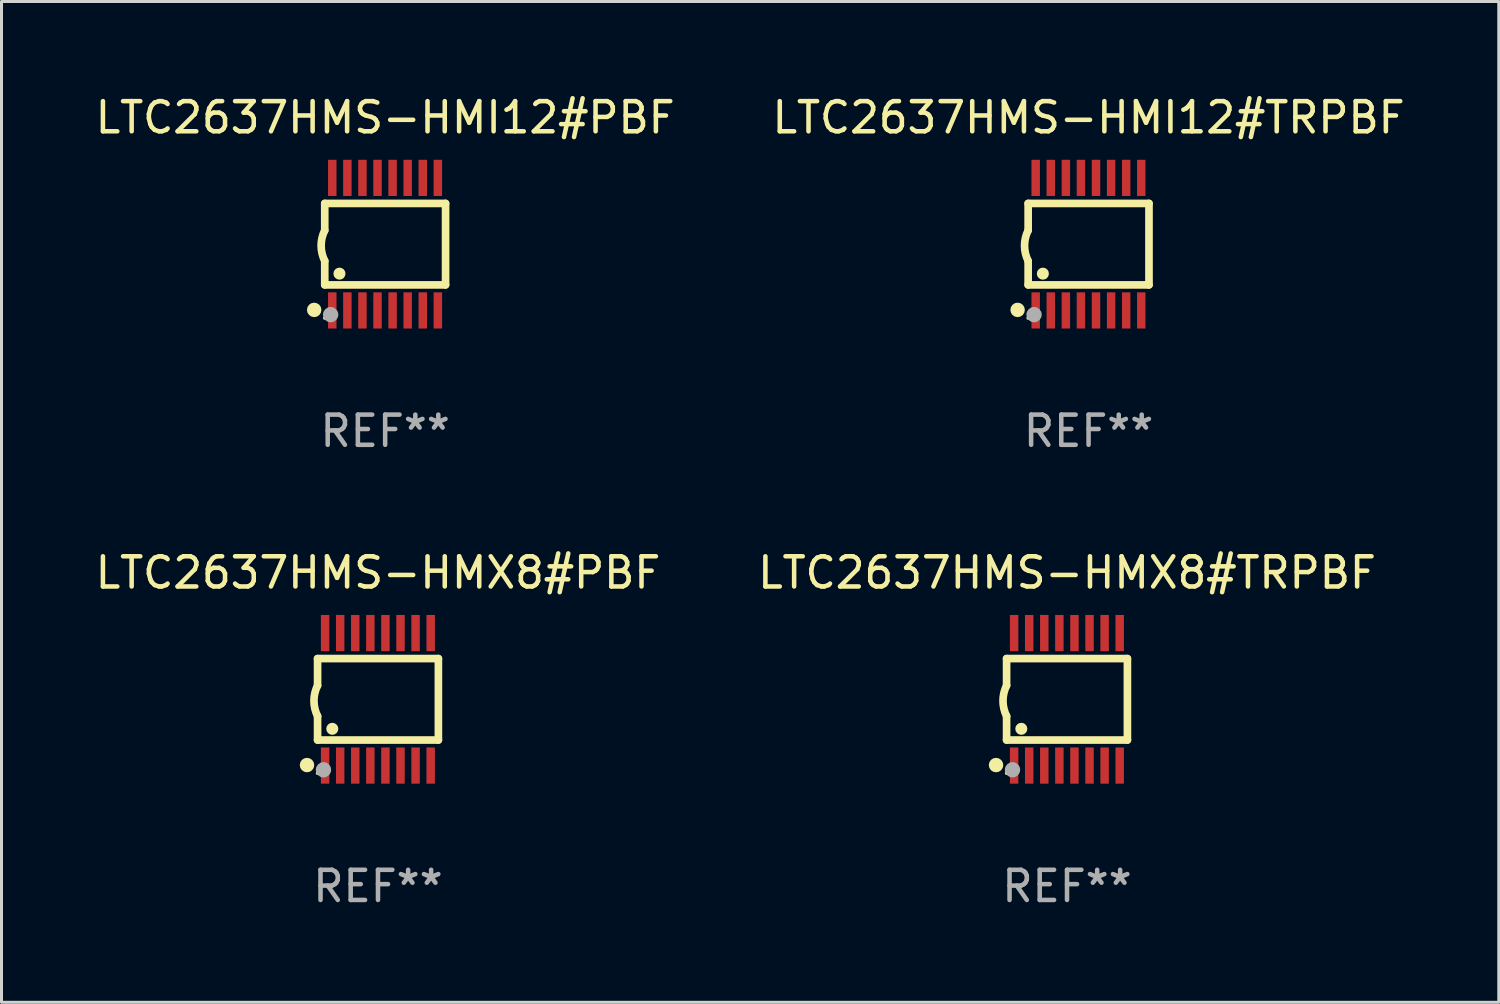
<source format=kicad_pcb>
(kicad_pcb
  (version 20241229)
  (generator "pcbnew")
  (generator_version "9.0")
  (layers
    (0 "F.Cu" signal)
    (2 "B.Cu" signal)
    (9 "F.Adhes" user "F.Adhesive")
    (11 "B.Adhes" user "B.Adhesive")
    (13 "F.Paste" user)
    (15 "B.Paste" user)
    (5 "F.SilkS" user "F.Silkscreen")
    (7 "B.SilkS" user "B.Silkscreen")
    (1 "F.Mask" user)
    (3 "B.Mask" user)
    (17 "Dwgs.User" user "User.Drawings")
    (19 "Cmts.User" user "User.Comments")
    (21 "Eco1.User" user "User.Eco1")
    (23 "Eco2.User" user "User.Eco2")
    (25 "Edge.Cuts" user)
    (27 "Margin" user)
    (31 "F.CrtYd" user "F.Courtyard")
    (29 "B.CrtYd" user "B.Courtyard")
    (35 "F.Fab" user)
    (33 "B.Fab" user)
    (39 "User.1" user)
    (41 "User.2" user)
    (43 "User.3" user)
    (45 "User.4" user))
  (footprint "LTC2637HMS-HMI12#PBF"
    (layer "F.Cu")
    (at 9.72 5.045)
    (property "Reference" "LTC2637HMS-HMI12#PBF" (at 0 -4.197 0) (layer "F.SilkS") (effects (font (size 1 1) (thickness 0.15))))
    (attr through_hole)
    (fp_line (start -2.003 -1.35) (end -2.003 -0.457) (stroke (width 0.254) (type solid)) (layer "F.SilkS"))
    (fp_line (start -2.003 -1.35) (end 2.003 -1.35) (stroke (width 0.254) (type solid)) (layer "F.SilkS"))
    (fp_line (start -2.003 1.35) (end -2.003 0.559) (stroke (width 0.254) (type solid)) (layer "F.SilkS"))
    (fp_line (start -2.003 1.35) (end 2.003 1.35) (stroke (width 0.254) (type solid)) (layer "F.SilkS"))
    (fp_line (start 2.003 -1.35) (end 2.003 1.35) (stroke (width 0.254) (type solid)) (layer "F.SilkS"))
    (fp_arc (start -2.002286 0.558802) (mid -2.122556 0.05092) (end -2.003302 -0.457201) (stroke (width 0.254001) (type solid)) (layer "F.SilkS"))
    (fp_circle (center -2.353 2.18) (end -2.233 2.18) (stroke (width 0.24) (type solid)) (fill no) (layer "F.SilkS"))
    (fp_circle (center -2.003 2.45) (end -1.973 2.45) (stroke (width 0.06) (type solid)) (fill no) (layer "F.SilkS"))
    (fp_circle (center -1.515 0.978) (end -1.415 0.978) (stroke (width 0.2) (type solid)) (fill no) (layer "F.SilkS"))
    (fp_circle (center -1.807 2.337) (end -1.68 2.337) (stroke (width 0.254) (type solid)) (fill no) (layer "F.Fab"))
    (fp_text user "REF**" (at 0 6.197 0) (layer "F.Fab") (effects (font (size 1 1) (thickness 0.15))))
    (pad "1" smd rect (at -1.753 2.197 90) (size 1.2 0.28) (layers "F.Cu" "F.Mask" "F.Paste"))
    (pad "2" smd rect (at -1.253 2.197 90) (size 1.2 0.28) (layers "F.Cu" "F.Mask" "F.Paste"))
    (pad "3" smd rect (at -0.753 2.197 90) (size 1.2 0.28) (layers "F.Cu" "F.Mask" "F.Paste"))
    (pad "4" smd rect (at -0.253 2.197 90) (size 1.2 0.28) (layers "F.Cu" "F.Mask" "F.Paste"))
    (pad "5" smd rect (at 0.247 2.197 90) (size 1.2 0.28) (layers "F.Cu" "F.Mask" "F.Paste"))
    (pad "6" smd rect (at 0.747 2.197 90) (size 1.2 0.28) (layers "F.Cu" "F.Mask" "F.Paste"))
    (pad "7" smd rect (at 1.247 2.197 90) (size 1.2 0.28) (layers "F.Cu" "F.Mask" "F.Paste"))
    (pad "8" smd rect (at 1.747 2.197 90) (size 1.2 0.28) (layers "F.Cu" "F.Mask" "F.Paste"))
    (pad "9" smd rect (at 1.747 -2.197 90) (size 1.2 0.28) (layers "F.Cu" "F.Mask" "F.Paste"))
    (pad "10" smd rect (at 1.247 -2.197 90) (size 1.2 0.28) (layers "F.Cu" "F.Mask" "F.Paste"))
    (pad "11" smd rect (at 0.747 -2.197 90) (size 1.2 0.28) (layers "F.Cu" "F.Mask" "F.Paste"))
    (pad "12" smd rect (at 0.247 -2.197 90) (size 1.2 0.28) (layers "F.Cu" "F.Mask" "F.Paste"))
    (pad "13" smd rect (at -0.253 -2.197 90) (size 1.2 0.28) (layers "F.Cu" "F.Mask" "F.Paste"))
    (pad "14" smd rect (at -0.753 -2.197 90) (size 1.2 0.28) (layers "F.Cu" "F.Mask" "F.Paste"))
    (pad "15" smd rect (at -1.253 -2.197 90) (size 1.2 0.28) (layers "F.Cu" "F.Mask" "F.Paste"))
    (pad "16" smd rect (at -1.753 -2.197 90) (size 1.2 0.28) (layers "F.Cu" "F.Mask" "F.Paste")))
  (footprint "LTC2637HMS-HMX8#TRPBF"
    (layer "F.Cu")
    (at 32.327 20.136)
    (property "Reference" "LTC2637HMS-HMX8#TRPBF" (at 0 -4.197 0) (layer "F.SilkS") (effects (font (size 1 1) (thickness 0.15))))
    (attr through_hole)
    (fp_line (start -2.003 -1.35) (end -2.003 -0.457) (stroke (width 0.254) (type solid)) (layer "F.SilkS"))
    (fp_line (start -2.003 -1.35) (end 2.003 -1.35) (stroke (width 0.254) (type solid)) (layer "F.SilkS"))
    (fp_line (start -2.003 1.35) (end -2.003 0.559) (stroke (width 0.254) (type solid)) (layer "F.SilkS"))
    (fp_line (start -2.003 1.35) (end 2.003 1.35) (stroke (width 0.254) (type solid)) (layer "F.SilkS"))
    (fp_line (start 2.003 -1.35) (end 2.003 1.35) (stroke (width 0.254) (type solid)) (layer "F.SilkS"))
    (fp_arc (start -2.002286 0.558802) (mid -2.122556 0.05092) (end -2.003302 -0.457201) (stroke (width 0.254001) (type solid)) (layer "F.SilkS"))
    (fp_circle (center -2.353 2.18) (end -2.233 2.18) (stroke (width 0.24) (type solid)) (fill no) (layer "F.SilkS"))
    (fp_circle (center -2.003 2.45) (end -1.973 2.45) (stroke (width 0.06) (type solid)) (fill no) (layer "F.SilkS"))
    (fp_circle (center -1.515 0.978) (end -1.415 0.978) (stroke (width 0.2) (type solid)) (fill no) (layer "F.SilkS"))
    (fp_circle (center -1.807 2.337) (end -1.68 2.337) (stroke (width 0.254) (type solid)) (fill no) (layer "F.Fab"))
    (fp_text user "REF**" (at 0 6.197 0) (layer "F.Fab") (effects (font (size 1 1) (thickness 0.15))))
    (pad "1" smd rect (at -1.753 2.197 90) (size 1.2 0.28) (layers "F.Cu" "F.Mask" "F.Paste"))
    (pad "2" smd rect (at -1.253 2.197 90) (size 1.2 0.28) (layers "F.Cu" "F.Mask" "F.Paste"))
    (pad "3" smd rect (at -0.753 2.197 90) (size 1.2 0.28) (layers "F.Cu" "F.Mask" "F.Paste"))
    (pad "4" smd rect (at -0.253 2.197 90) (size 1.2 0.28) (layers "F.Cu" "F.Mask" "F.Paste"))
    (pad "5" smd rect (at 0.247 2.197 90) (size 1.2 0.28) (layers "F.Cu" "F.Mask" "F.Paste"))
    (pad "6" smd rect (at 0.747 2.197 90) (size 1.2 0.28) (layers "F.Cu" "F.Mask" "F.Paste"))
    (pad "7" smd rect (at 1.247 2.197 90) (size 1.2 0.28) (layers "F.Cu" "F.Mask" "F.Paste"))
    (pad "8" smd rect (at 1.747 2.197 90) (size 1.2 0.28) (layers "F.Cu" "F.Mask" "F.Paste"))
    (pad "9" smd rect (at 1.747 -2.197 90) (size 1.2 0.28) (layers "F.Cu" "F.Mask" "F.Paste"))
    (pad "10" smd rect (at 1.247 -2.197 90) (size 1.2 0.28) (layers "F.Cu" "F.Mask" "F.Paste"))
    (pad "11" smd rect (at 0.747 -2.197 90) (size 1.2 0.28) (layers "F.Cu" "F.Mask" "F.Paste"))
    (pad "12" smd rect (at 0.247 -2.197 90) (size 1.2 0.28) (layers "F.Cu" "F.Mask" "F.Paste"))
    (pad "13" smd rect (at -0.253 -2.197 90) (size 1.2 0.28) (layers "F.Cu" "F.Mask" "F.Paste"))
    (pad "14" smd rect (at -0.753 -2.197 90) (size 1.2 0.28) (layers "F.Cu" "F.Mask" "F.Paste"))
    (pad "15" smd rect (at -1.253 -2.197 90) (size 1.2 0.28) (layers "F.Cu" "F.Mask" "F.Paste"))
    (pad "16" smd rect (at -1.753 -2.197 90) (size 1.2 0.28) (layers "F.Cu" "F.Mask" "F.Paste")))
  (footprint "LTC2637HMS-HMX8#PBF"
    (layer "F.Cu")
    (at 9.482 20.136)
    (property "Reference" "LTC2637HMS-HMX8#PBF" (at 0 -4.197 0) (layer "F.SilkS") (effects (font (size 1 1) (thickness 0.15))))
    (attr through_hole)
    (fp_line (start -2.003 -1.35) (end -2.003 -0.457) (stroke (width 0.254) (type solid)) (layer "F.SilkS"))
    (fp_line (start -2.003 -1.35) (end 2.003 -1.35) (stroke (width 0.254) (type solid)) (layer "F.SilkS"))
    (fp_line (start -2.003 1.35) (end -2.003 0.559) (stroke (width 0.254) (type solid)) (layer "F.SilkS"))
    (fp_line (start -2.003 1.35) (end 2.003 1.35) (stroke (width 0.254) (type solid)) (layer "F.SilkS"))
    (fp_line (start 2.003 -1.35) (end 2.003 1.35) (stroke (width 0.254) (type solid)) (layer "F.SilkS"))
    (fp_arc (start -2.002286 0.558802) (mid -2.122556 0.05092) (end -2.003302 -0.457201) (stroke (width 0.254001) (type solid)) (layer "F.SilkS"))
    (fp_circle (center -2.353 2.18) (end -2.233 2.18) (stroke (width 0.24) (type solid)) (fill no) (layer "F.SilkS"))
    (fp_circle (center -2.003 2.45) (end -1.973 2.45) (stroke (width 0.06) (type solid)) (fill no) (layer "F.SilkS"))
    (fp_circle (center -1.515 0.978) (end -1.415 0.978) (stroke (width 0.2) (type solid)) (fill no) (layer "F.SilkS"))
    (fp_circle (center -1.807 2.337) (end -1.68 2.337) (stroke (width 0.254) (type solid)) (fill no) (layer "F.Fab"))
    (fp_text user "REF**" (at 0 6.197 0) (layer "F.Fab") (effects (font (size 1 1) (thickness 0.15))))
    (pad "1" smd rect (at -1.753 2.197 90) (size 1.2 0.28) (layers "F.Cu" "F.Mask" "F.Paste"))
    (pad "2" smd rect (at -1.253 2.197 90) (size 1.2 0.28) (layers "F.Cu" "F.Mask" "F.Paste"))
    (pad "3" smd rect (at -0.753 2.197 90) (size 1.2 0.28) (layers "F.Cu" "F.Mask" "F.Paste"))
    (pad "4" smd rect (at -0.253 2.197 90) (size 1.2 0.28) (layers "F.Cu" "F.Mask" "F.Paste"))
    (pad "5" smd rect (at 0.247 2.197 90) (size 1.2 0.28) (layers "F.Cu" "F.Mask" "F.Paste"))
    (pad "6" smd rect (at 0.747 2.197 90) (size 1.2 0.28) (layers "F.Cu" "F.Mask" "F.Paste"))
    (pad "7" smd rect (at 1.247 2.197 90) (size 1.2 0.28) (layers "F.Cu" "F.Mask" "F.Paste"))
    (pad "8" smd rect (at 1.747 2.197 90) (size 1.2 0.28) (layers "F.Cu" "F.Mask" "F.Paste"))
    (pad "9" smd rect (at 1.747 -2.197 90) (size 1.2 0.28) (layers "F.Cu" "F.Mask" "F.Paste"))
    (pad "10" smd rect (at 1.247 -2.197 90) (size 1.2 0.28) (layers "F.Cu" "F.Mask" "F.Paste"))
    (pad "11" smd rect (at 0.747 -2.197 90) (size 1.2 0.28) (layers "F.Cu" "F.Mask" "F.Paste"))
    (pad "12" smd rect (at 0.247 -2.197 90) (size 1.2 0.28) (layers "F.Cu" "F.Mask" "F.Paste"))
    (pad "13" smd rect (at -0.253 -2.197 90) (size 1.2 0.28) (layers "F.Cu" "F.Mask" "F.Paste"))
    (pad "14" smd rect (at -0.753 -2.197 90) (size 1.2 0.28) (layers "F.Cu" "F.Mask" "F.Paste"))
    (pad "15" smd rect (at -1.253 -2.197 90) (size 1.2 0.28) (layers "F.Cu" "F.Mask" "F.Paste"))
    (pad "16" smd rect (at -1.753 -2.197 90) (size 1.2 0.28) (layers "F.Cu" "F.Mask" "F.Paste")))
  (footprint "LTC2637HMS-HMI12#TRPBF"
    (layer "F.Cu")
    (at 33.042 5.045)
    (property "Reference" "LTC2637HMS-HMI12#TRPBF" (at 0 -4.197 0) (layer "F.SilkS") (effects (font (size 1 1) (thickness 0.15))))
    (attr through_hole)
    (fp_line (start -2.003 -1.35) (end -2.003 -0.457) (stroke (width 0.254) (type solid)) (layer "F.SilkS"))
    (fp_line (start -2.003 -1.35) (end 2.003 -1.35) (stroke (width 0.254) (type solid)) (layer "F.SilkS"))
    (fp_line (start -2.003 1.35) (end -2.003 0.559) (stroke (width 0.254) (type solid)) (layer "F.SilkS"))
    (fp_line (start -2.003 1.35) (end 2.003 1.35) (stroke (width 0.254) (type solid)) (layer "F.SilkS"))
    (fp_line (start 2.003 -1.35) (end 2.003 1.35) (stroke (width 0.254) (type solid)) (layer "F.SilkS"))
    (fp_arc (start -2.002286 0.558802) (mid -2.122556 0.05092) (end -2.003302 -0.457201) (stroke (width 0.254001) (type solid)) (layer "F.SilkS"))
    (fp_circle (center -2.353 2.18) (end -2.233 2.18) (stroke (width 0.24) (type solid)) (fill no) (layer "F.SilkS"))
    (fp_circle (center -2.003 2.45) (end -1.973 2.45) (stroke (width 0.06) (type solid)) (fill no) (layer "F.SilkS"))
    (fp_circle (center -1.515 0.978) (end -1.415 0.978) (stroke (width 0.2) (type solid)) (fill no) (layer "F.SilkS"))
    (fp_circle (center -1.807 2.337) (end -1.68 2.337) (stroke (width 0.254) (type solid)) (fill no) (layer "F.Fab"))
    (fp_text user "REF**" (at 0 6.197 0) (layer "F.Fab") (effects (font (size 1 1) (thickness 0.15))))
    (pad "1" smd rect (at -1.753 2.197 90) (size 1.2 0.28) (layers "F.Cu" "F.Mask" "F.Paste"))
    (pad "2" smd rect (at -1.253 2.197 90) (size 1.2 0.28) (layers "F.Cu" "F.Mask" "F.Paste"))
    (pad "3" smd rect (at -0.753 2.197 90) (size 1.2 0.28) (layers "F.Cu" "F.Mask" "F.Paste"))
    (pad "4" smd rect (at -0.253 2.197 90) (size 1.2 0.28) (layers "F.Cu" "F.Mask" "F.Paste"))
    (pad "5" smd rect (at 0.247 2.197 90) (size 1.2 0.28) (layers "F.Cu" "F.Mask" "F.Paste"))
    (pad "6" smd rect (at 0.747 2.197 90) (size 1.2 0.28) (layers "F.Cu" "F.Mask" "F.Paste"))
    (pad "7" smd rect (at 1.247 2.197 90) (size 1.2 0.28) (layers "F.Cu" "F.Mask" "F.Paste"))
    (pad "8" smd rect (at 1.747 2.197 90) (size 1.2 0.28) (layers "F.Cu" "F.Mask" "F.Paste"))
    (pad "9" smd rect (at 1.747 -2.197 90) (size 1.2 0.28) (layers "F.Cu" "F.Mask" "F.Paste"))
    (pad "10" smd rect (at 1.247 -2.197 90) (size 1.2 0.28) (layers "F.Cu" "F.Mask" "F.Paste"))
    (pad "11" smd rect (at 0.747 -2.197 90) (size 1.2 0.28) (layers "F.Cu" "F.Mask" "F.Paste"))
    (pad "12" smd rect (at 0.247 -2.197 90) (size 1.2 0.28) (layers "F.Cu" "F.Mask" "F.Paste"))
    (pad "13" smd rect (at -0.253 -2.197 90) (size 1.2 0.28) (layers "F.Cu" "F.Mask" "F.Paste"))
    (pad "14" smd rect (at -0.753 -2.197 90) (size 1.2 0.28) (layers "F.Cu" "F.Mask" "F.Paste"))
    (pad "15" smd rect (at -1.253 -2.197 90) (size 1.2 0.28) (layers "F.Cu" "F.Mask" "F.Paste"))
    (pad "16" smd rect (at -1.753 -2.197 90) (size 1.2 0.28) (layers "F.Cu" "F.Mask" "F.Paste")))
  (gr_rect
    (start -3 -3)
    (end 46.643 30.181)
    (stroke (width 0.1) (type default))
    (fill no)
    (layer "Edge.Cuts")))
</source>
